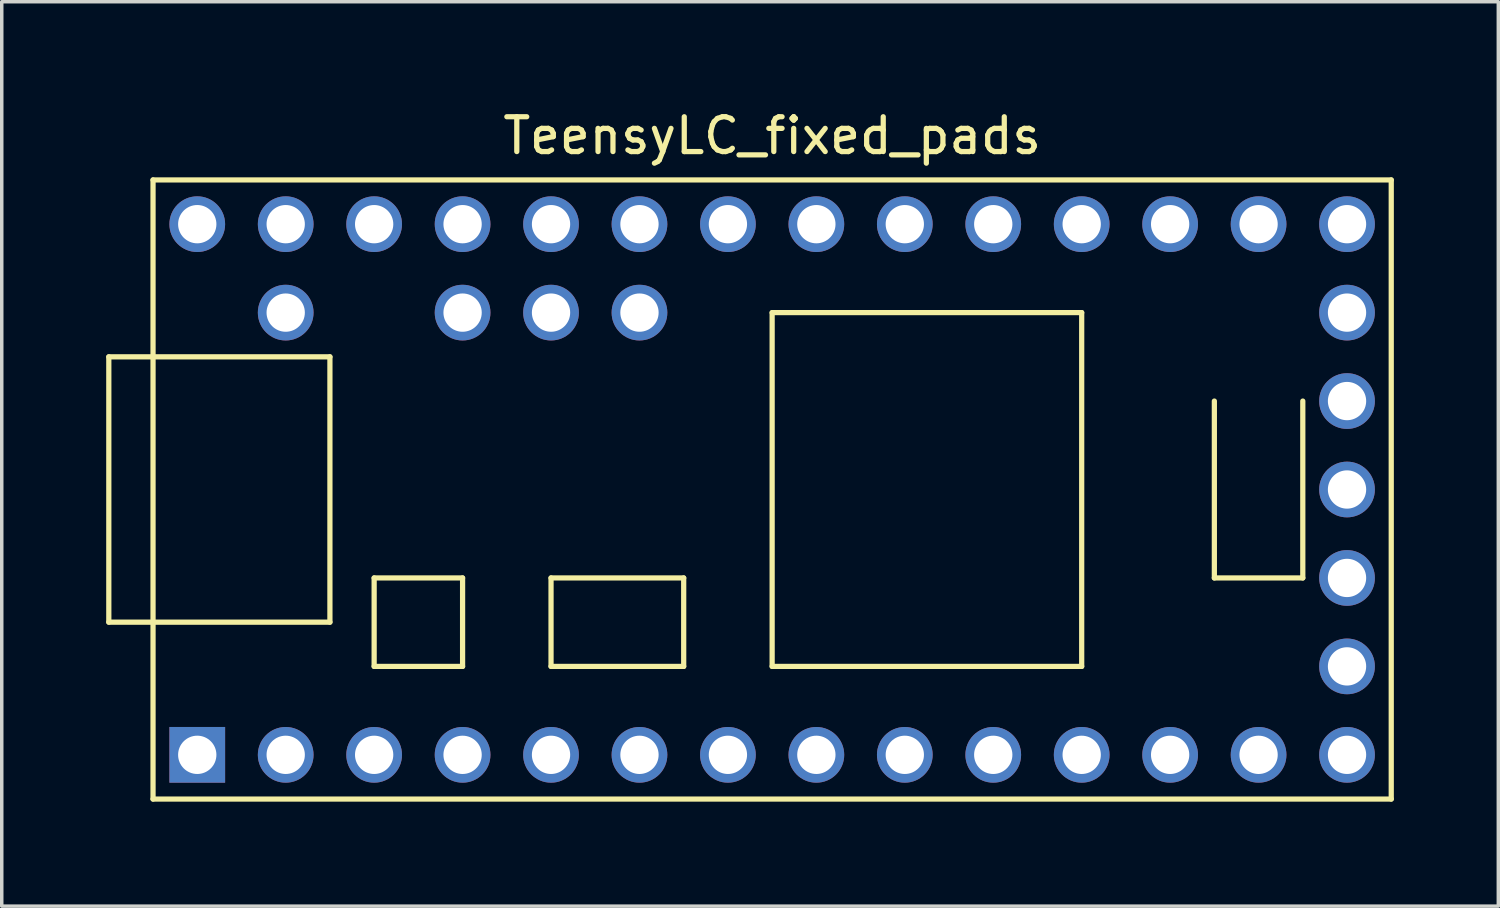
<source format=kicad_pcb>
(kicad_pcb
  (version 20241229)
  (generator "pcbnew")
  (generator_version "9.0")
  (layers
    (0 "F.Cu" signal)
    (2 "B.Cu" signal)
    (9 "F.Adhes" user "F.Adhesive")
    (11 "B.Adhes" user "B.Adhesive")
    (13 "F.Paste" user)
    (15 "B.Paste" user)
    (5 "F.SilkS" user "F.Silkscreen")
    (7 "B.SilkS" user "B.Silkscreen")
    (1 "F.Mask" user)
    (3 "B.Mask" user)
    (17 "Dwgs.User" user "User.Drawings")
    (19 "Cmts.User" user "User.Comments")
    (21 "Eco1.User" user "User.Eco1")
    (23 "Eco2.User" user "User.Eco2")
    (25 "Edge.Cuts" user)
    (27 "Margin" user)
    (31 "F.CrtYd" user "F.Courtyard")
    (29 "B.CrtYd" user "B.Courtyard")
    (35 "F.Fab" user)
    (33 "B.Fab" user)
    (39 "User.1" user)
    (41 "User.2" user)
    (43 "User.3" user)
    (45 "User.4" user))
  (footprint "TeensyLC_fixed_pads"
    (layer "F.Cu")
    (at 19.125 11.008)
    (property "Reference" "TeensyLC_fixed_pads" (at 0 -10.16 0) (layer "F.SilkS") (effects (font (size 1 1) (thickness 0.15))))
    (attr through_hole)
    (fp_line (start -19.05 -3.81) (end -17.78 -3.81) (stroke (width 0.15) (type solid)) (layer "F.SilkS"))
    (fp_line (start -19.05 3.81) (end -19.05 -3.81) (stroke (width 0.15) (type solid)) (layer "F.SilkS"))
    (fp_line (start -17.78 -8.89) (end 17.78 -8.89) (stroke (width 0.15) (type solid)) (layer "F.SilkS"))
    (fp_line (start -17.78 3.81) (end -19.05 3.81) (stroke (width 0.15) (type solid)) (layer "F.SilkS"))
    (fp_line (start -17.78 8.89) (end -17.78 -8.89) (stroke (width 0.15) (type solid)) (layer "F.SilkS"))
    (fp_line (start -12.7 -3.81) (end -17.78 -3.81) (stroke (width 0.15) (type solid)) (layer "F.SilkS"))
    (fp_line (start -12.7 3.81) (end -17.78 3.81) (stroke (width 0.15) (type solid)) (layer "F.SilkS"))
    (fp_line (start -12.7 3.81) (end -12.7 -3.81) (stroke (width 0.15) (type solid)) (layer "F.SilkS"))
    (fp_line (start -11.43 2.54) (end -11.43 5.08) (stroke (width 0.15) (type solid)) (layer "F.SilkS"))
    (fp_line (start -11.43 5.08) (end -8.89 5.08) (stroke (width 0.15) (type solid)) (layer "F.SilkS"))
    (fp_line (start -8.89 2.54) (end -11.43 2.54) (stroke (width 0.15) (type solid)) (layer "F.SilkS"))
    (fp_line (start -8.89 5.08) (end -8.89 2.54) (stroke (width 0.15) (type solid)) (layer "F.SilkS"))
    (fp_line (start -6.35 2.54) (end -6.35 5.08) (stroke (width 0.15) (type solid)) (layer "F.SilkS"))
    (fp_line (start -6.35 5.08) (end -2.54 5.08) (stroke (width 0.15) (type solid)) (layer "F.SilkS"))
    (fp_line (start -2.54 2.54) (end -6.35 2.54) (stroke (width 0.15) (type solid)) (layer "F.SilkS"))
    (fp_line (start -2.54 5.08) (end -2.54 2.54) (stroke (width 0.15) (type solid)) (layer "F.SilkS"))
    (fp_line (start 0 -5.08) (end 0 5.08) (stroke (width 0.15) (type solid)) (layer "F.SilkS"))
    (fp_line (start 8.89 -5.08) (end 0 -5.08) (stroke (width 0.15) (type solid)) (layer "F.SilkS"))
    (fp_line (start 8.89 5.08) (end 0 5.08) (stroke (width 0.15) (type solid)) (layer "F.SilkS"))
    (fp_line (start 8.89 5.08) (end 8.89 -5.08) (stroke (width 0.15) (type solid)) (layer "F.SilkS"))
    (fp_line (start 12.7 2.54) (end 12.7 -2.54) (stroke (width 0.15) (type solid)) (layer "F.SilkS"))
    (fp_line (start 15.24 -2.54) (end 15.24 2.54) (stroke (width 0.15) (type solid)) (layer "F.SilkS"))
    (fp_line (start 15.24 2.54) (end 12.7 2.54) (stroke (width 0.15) (type solid)) (layer "F.SilkS"))
    (fp_line (start 17.78 -8.89) (end 17.78 8.89) (stroke (width 0.15) (type solid)) (layer "F.SilkS"))
    (fp_line (start 17.78 8.89) (end -17.78 8.89) (stroke (width 0.15) (type solid)) (layer "F.SilkS"))
    (pad "1" thru_hole rect (at -16.51 7.62) (size 1.6 1.6) (drill 1.1) (layers "*.Cu" "*.Mask"))
    (pad "2" thru_hole circle (at -13.97 7.62) (size 1.6 1.6) (drill 1.1) (layers "*.Cu" "*.Mask"))
    (pad "3" thru_hole circle (at -11.43 7.62) (size 1.6 1.6) (drill 1.1) (layers "*.Cu" "*.Mask"))
    (pad "4" thru_hole circle (at -8.89 7.62) (size 1.6 1.6) (drill 1.1) (layers "*.Cu" "*.Mask"))
    (pad "5" thru_hole circle (at -6.35 7.62) (size 1.6 1.6) (drill 1.1) (layers "*.Cu" "*.Mask"))
    (pad "6" thru_hole circle (at -3.81 7.62) (size 1.6 1.6) (drill 1.1) (layers "*.Cu" "*.Mask"))
    (pad "7" thru_hole circle (at -1.27 7.62) (size 1.6 1.6) (drill 1.1) (layers "*.Cu" "*.Mask"))
    (pad "8" thru_hole circle (at 1.27 7.62) (size 1.6 1.6) (drill 1.1) (layers "*.Cu" "*.Mask"))
    (pad "9" thru_hole circle (at 3.81 7.62) (size 1.6 1.6) (drill 1.1) (layers "*.Cu" "*.Mask"))
    (pad "10" thru_hole circle (at 6.35 7.62) (size 1.6 1.6) (drill 1.1) (layers "*.Cu" "*.Mask"))
    (pad "11" thru_hole circle (at 8.89 7.62) (size 1.6 1.6) (drill 1.1) (layers "*.Cu" "*.Mask"))
    (pad "12" thru_hole circle (at 11.43 7.62) (size 1.6 1.6) (drill 1.1) (layers "*.Cu" "*.Mask"))
    (pad "13" thru_hole circle (at 13.97 7.62) (size 1.6 1.6) (drill 1.1) (layers "*.Cu" "*.Mask"))
    (pad "14" thru_hole circle (at 16.51 7.62) (size 1.6 1.6) (drill 1.1) (layers "*.Cu" "*.Mask"))
    (pad "15" thru_hole circle (at 16.51 5.08) (size 1.6 1.6) (drill 1.1) (layers "*.Cu" "*.Mask"))
    (pad "16" thru_hole circle (at 16.51 2.54) (size 1.6 1.6) (drill 1.1) (layers "*.Cu" "*.Mask"))
    (pad "17" thru_hole circle (at 16.51 0) (size 1.6 1.6) (drill 1.1) (layers "*.Cu" "*.Mask"))
    (pad "18" thru_hole circle (at 16.51 -2.54) (size 1.6 1.6) (drill 1.1) (layers "*.Cu" "*.Mask"))
    (pad "19" thru_hole circle (at 16.51 -5.08) (size 1.6 1.6) (drill 1.1) (layers "*.Cu" "*.Mask"))
    (pad "20" thru_hole circle (at 16.51 -7.62) (size 1.6 1.6) (drill 1.1) (layers "*.Cu" "*.Mask"))
    (pad "21" thru_hole circle (at 13.97 -7.62) (size 1.6 1.6) (drill 1.1) (layers "*.Cu" "*.Mask"))
    (pad "22" thru_hole circle (at 11.43 -7.62) (size 1.6 1.6) (drill 1.1) (layers "*.Cu" "*.Mask"))
    (pad "23" thru_hole circle (at 8.89 -7.62) (size 1.6 1.6) (drill 1.1) (layers "*.Cu" "*.Mask"))
    (pad "24" thru_hole circle (at 6.35 -7.62) (size 1.6 1.6) (drill 1.1) (layers "*.Cu" "*.Mask"))
    (pad "25" thru_hole circle (at 3.81 -7.62) (size 1.6 1.6) (drill 1.1) (layers "*.Cu" "*.Mask"))
    (pad "26" thru_hole circle (at 1.27 -7.62) (size 1.6 1.6) (drill 1.1) (layers "*.Cu" "*.Mask"))
    (pad "27" thru_hole circle (at -1.27 -7.62) (size 1.6 1.6) (drill 1.1) (layers "*.Cu" "*.Mask"))
    (pad "28" thru_hole circle (at -3.81 -7.62) (size 1.6 1.6) (drill 1.1) (layers "*.Cu" "*.Mask"))
    (pad "29" thru_hole circle (at -6.35 -7.62) (size 1.6 1.6) (drill 1.1) (layers "*.Cu" "*.Mask"))
    (pad "30" thru_hole circle (at -8.89 -7.62) (size 1.6 1.6) (drill 1.1) (layers "*.Cu" "*.Mask"))
    (pad "31" thru_hole circle (at -11.43 -7.62) (size 1.6 1.6) (drill 1.1) (layers "*.Cu" "*.Mask"))
    (pad "32" thru_hole circle (at -13.97 -7.62) (size 1.6 1.6) (drill 1.1) (layers "*.Cu" "*.Mask"))
    (pad "33" thru_hole circle (at -16.51 -7.62) (size 1.6 1.6) (drill 1.1) (layers "*.Cu" "*.Mask"))
    (pad "34" thru_hole circle (at -13.97 -5.08) (size 1.6 1.6) (drill 1.1) (layers "*.Cu" "*.Mask"))
    (pad "35" thru_hole circle (at -8.89 -5.08) (size 1.6 1.6) (drill 1.1) (layers "*.Cu" "*.Mask"))
    (pad "36" thru_hole circle (at -6.35 -5.08) (size 1.6 1.6) (drill 1.1) (layers "*.Cu" "*.Mask"))
    (pad "37" thru_hole circle (at -3.81 -5.08) (size 1.6 1.6) (drill 1.1) (layers "*.Cu" "*.Mask")))
  (gr_rect
    (start -3 -3)
    (end 39.98 22.973)
    (stroke (width 0.1) (type default))
    (fill no)
    (layer "Edge.Cuts")))
</source>
